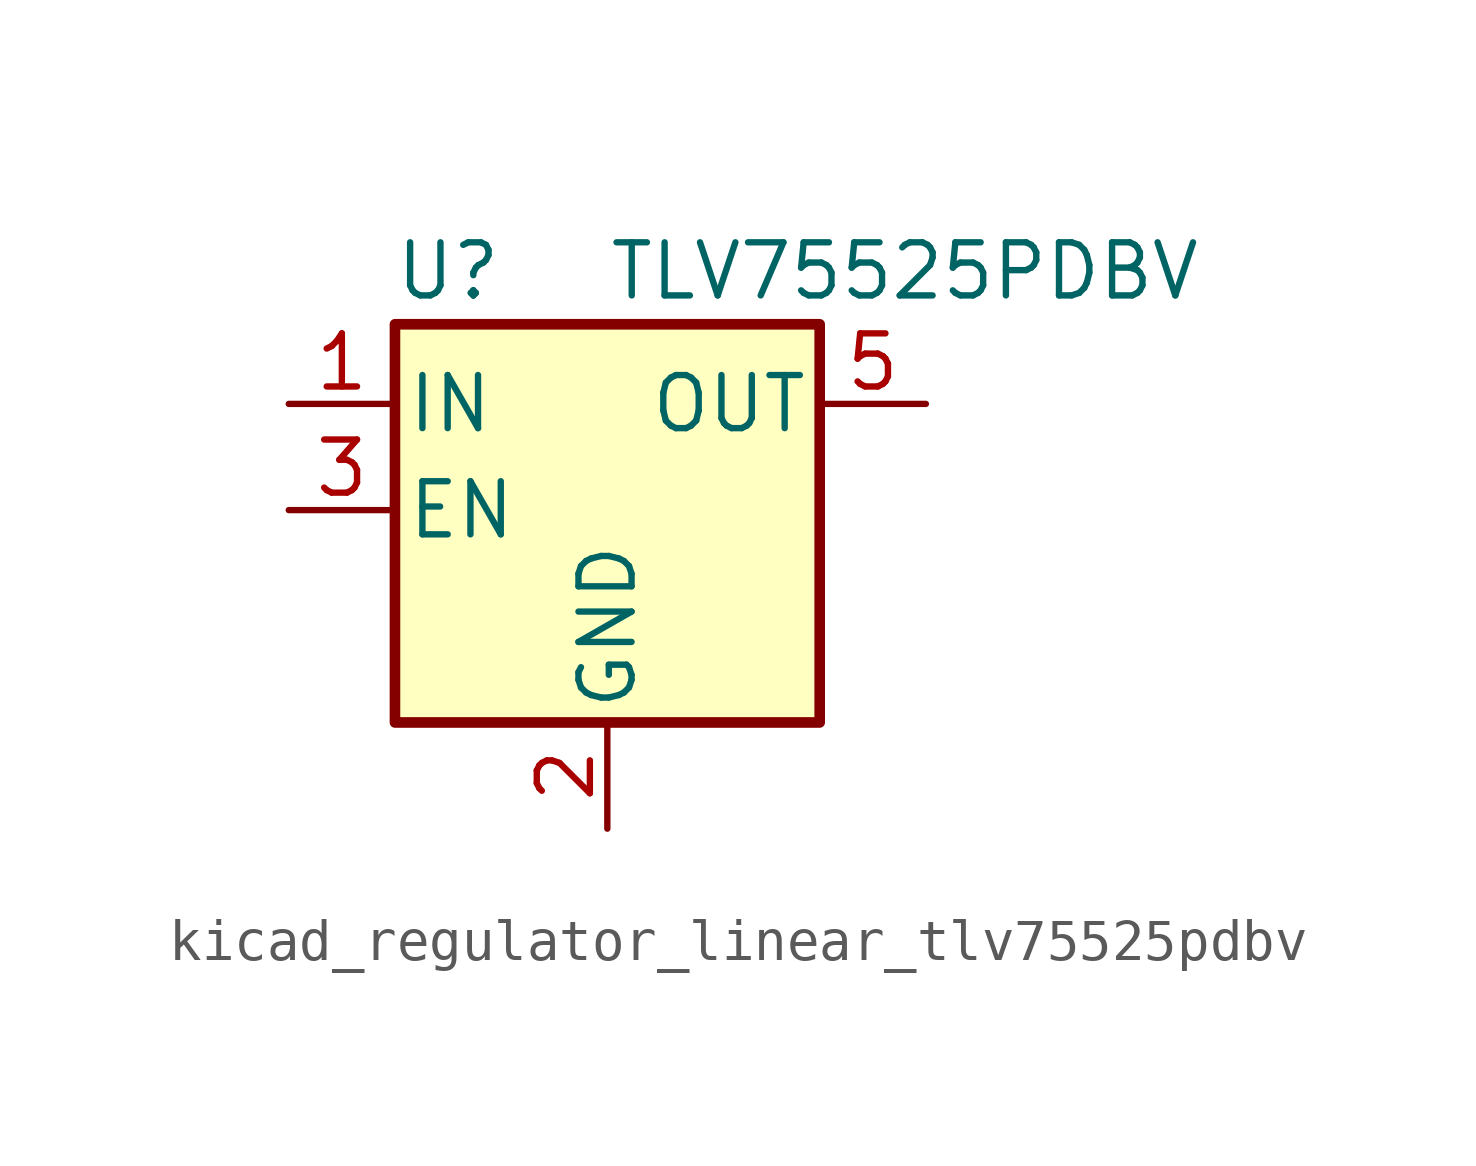
<source format=kicad_sym>
(kicad_symbol_lib
  (version 20220914)
  (generator kicad_symbol_editor)
  (symbol "kicad_regulator_linear_tlv75525pdbv"
    (pin_names
      (offset 0.254))
    (property "Reference" "U"
      (at -3.81 5.715 0)
      (effects (font (size 1.27 1.27))))
    (property "Value" "TLV75525PDBV"
      (at 0 5.715 0)
      (effects (font (size 1.27 1.27)) (justify left)))
    (symbol "kicad_regulator_linear_tlv75525pdbv_0_1"
      (rectangle (start -5.08 4.445) (end 5.08 -5.08) (stroke (width 0.254) (type default)) (fill (type background))))
    (symbol "kicad_regulator_linear_tlv75525pdbv_1_1"
      (pin power_in line (at -7.62 2.54 0) (length 2.54) (name "IN" (effects (font (size 1.27 1.27)))) (number "1" (effects (font (size 1.27 1.27)))))
      (pin power_in line (at 0 -7.62 90) (length 2.54) (name "GND" (effects (font (size 1.27 1.27)))) (number "2" (effects (font (size 1.27 1.27)))))
      (pin input line (at -7.62 0 0) (length 2.54) (name "EN" (effects (font (size 1.27 1.27)))) (number "3" (effects (font (size 1.27 1.27)))))
      (pin no_connect line (at 5.08 0 180) (length 2.54) hide (name "NC" (effects (font (size 1.27 1.27)))) (number "4" (effects (font (size 1.27 1.27)))))
      (pin power_out line (at 7.62 2.54 180) (length 2.54) (name "OUT" (effects (font (size 1.27 1.27)))) (number "5" (effects (font (size 1.27 1.27))))))))
</source>
